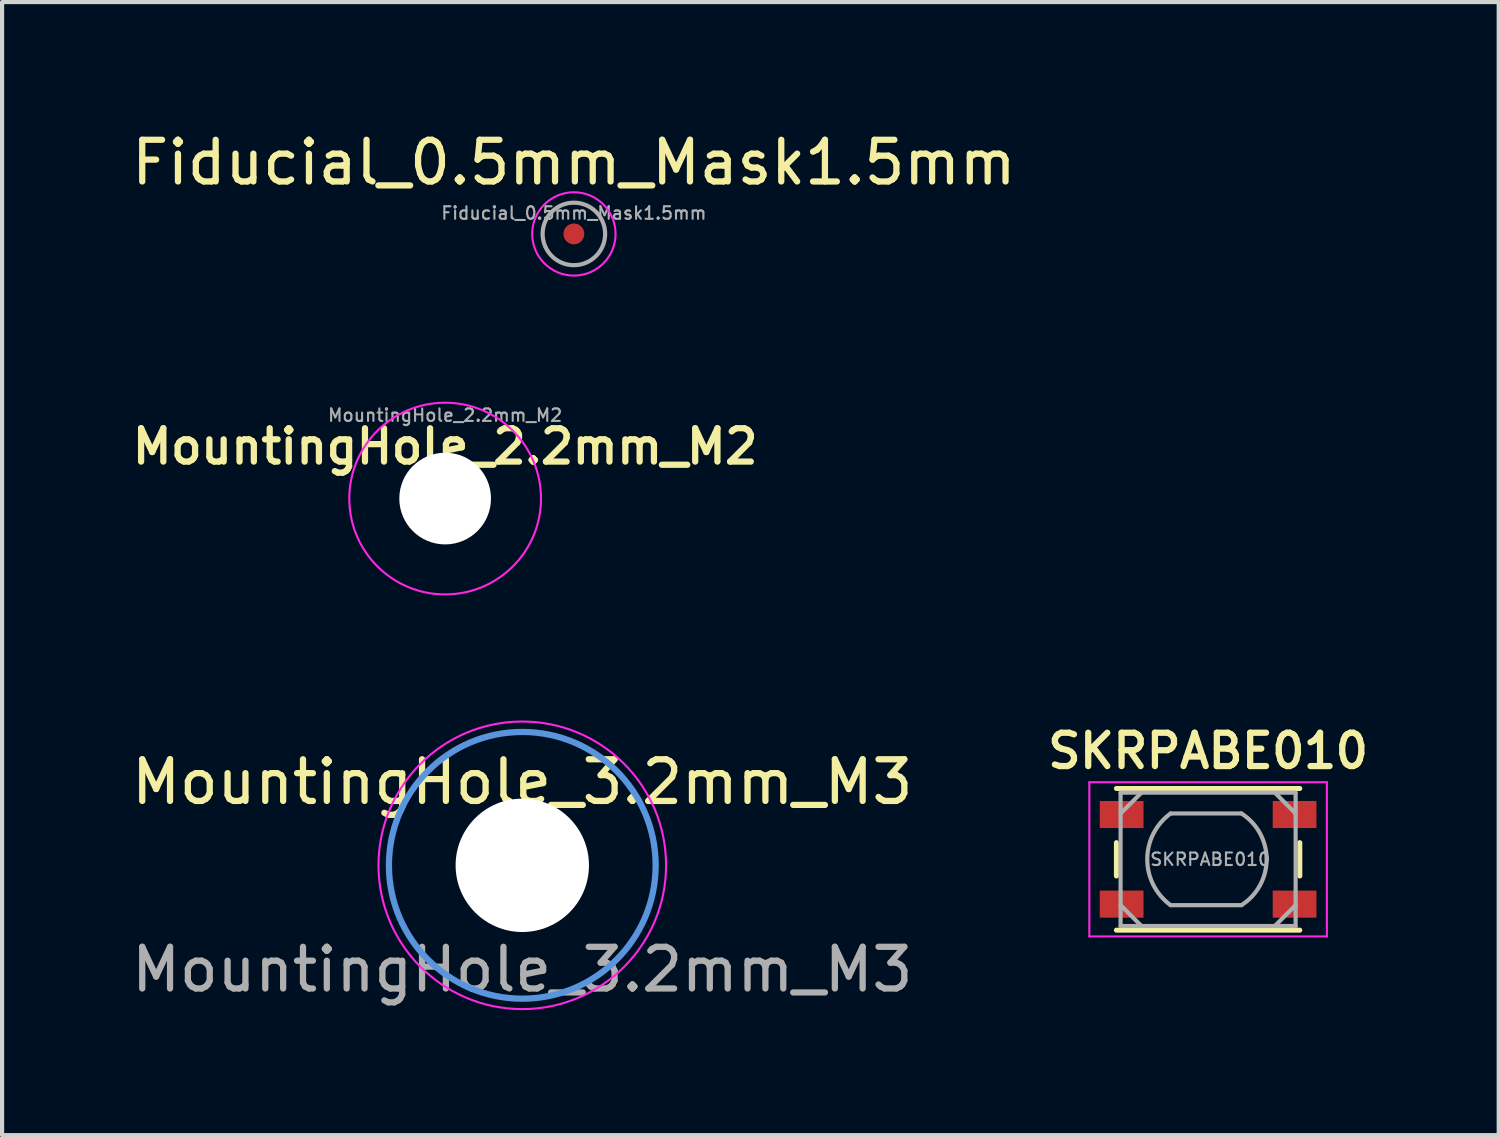
<source format=kicad_pcb>
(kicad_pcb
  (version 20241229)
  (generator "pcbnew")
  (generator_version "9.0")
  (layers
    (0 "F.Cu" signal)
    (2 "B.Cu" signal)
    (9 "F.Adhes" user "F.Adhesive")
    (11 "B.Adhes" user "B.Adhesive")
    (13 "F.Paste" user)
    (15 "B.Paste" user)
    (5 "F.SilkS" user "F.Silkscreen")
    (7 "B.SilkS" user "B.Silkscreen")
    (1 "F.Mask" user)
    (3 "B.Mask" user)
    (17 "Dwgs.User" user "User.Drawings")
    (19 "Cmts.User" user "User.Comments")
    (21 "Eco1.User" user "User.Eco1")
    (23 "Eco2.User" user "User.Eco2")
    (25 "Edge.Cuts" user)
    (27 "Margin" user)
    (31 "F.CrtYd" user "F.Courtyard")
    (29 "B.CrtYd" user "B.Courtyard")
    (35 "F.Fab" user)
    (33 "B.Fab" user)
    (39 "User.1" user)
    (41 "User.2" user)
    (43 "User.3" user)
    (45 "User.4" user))
  (footprint "MountingHole_3.2mm_M3"
    (layer "F.Cu")
    (at 9.482 17.713)
    (property "Reference" "MountingHole_3.2mm_M3" (at 0 -2 0) (layer "F.SilkS") (effects (font (size 1 1) (thickness 0.15))))
    (attr exclude_from_pos_files exclude_from_bom)
    (fp_circle (center 0 0) (end 3.2 0) (stroke (width 0.15) (type solid)) (fill no) (layer "Cmts.User"))
    (fp_circle (center 0 0) (end 3.45 0) (stroke (width 0.05) (type solid)) (fill no) (layer "F.CrtYd"))
    (fp_text user "${REFERENCE}" (at 0 2.5 0) (layer "F.Fab") (effects (font (size 1 1) (thickness 0.15))))
    (pad "" np_thru_hole circle (at 0 0) (size 3.2 3.2) (drill 3.2) (layers "*.Cu" "*.Mask")))
  (footprint "MountingHole_2.2mm_M2"
    (layer "F.Cu")
    (at 7.631 8.913)
    (property "Reference" "MountingHole_2.2mm_M2" (at 0 -1.25 0) (layer "F.SilkS") (effects (font (size 0.8 0.8) (thickness 0.15))))
    (attr exclude_from_pos_files exclude_from_bom)
    (fp_circle (center 0 0) (end 2.3 0) (stroke (width 0.05) (type solid)) (fill no) (layer "F.CrtYd"))
    (fp_text user "${REFERENCE}" (at 0 -2 0) (layer "F.Fab") (effects (font (size 0.3 0.3) (thickness 0.05) (bold yes))))
    (pad "" np_thru_hole circle (at 0 0) (size 2.2 2.2) (drill 2.2) (layers "*.Cu" "*.Mask")))
  (footprint "SKRPABE010"
    (layer "F.Cu")
    (at 25.938 17.569)
    (property "Reference" "SKRPABE010" (at 0 -2.6 0) (layer "F.SilkS") (effects (font (size 0.8 0.8) (thickness 0.15))))
    (attr smd)
    (fp_line (start -2.2 0.4) (end -2.2 -0.4) (stroke (width 0.12) (type solid)) (layer "F.SilkS"))
    (fp_line (start -2.2 1.7) (end 2.2 1.7) (stroke (width 0.12) (type solid)) (layer "F.SilkS"))
    (fp_line (start 2.2 -1.7) (end -2.2 -1.7) (stroke (width 0.12) (type solid)) (layer "F.SilkS"))
    (fp_line (start 2.2 0.4) (end 2.2 -0.4) (stroke (width 0.12) (type solid)) (layer "F.SilkS"))
    (fp_line (start -2.85 -1.85) (end 2.85 -1.85) (stroke (width 0.05) (type solid)) (layer "F.CrtYd"))
    (fp_line (start -2.85 1.85) (end -2.85 -1.85) (stroke (width 0.05) (type solid)) (layer "F.CrtYd"))
    (fp_line (start 2.85 -1.85) (end 2.85 1.85) (stroke (width 0.05) (type solid)) (layer "F.CrtYd"))
    (fp_line (start 2.85 1.85) (end -2.85 1.85) (stroke (width 0.05) (type solid)) (layer "F.CrtYd"))
    (fp_line (start -2.1 -1.6) (end 2.1 -1.6) (stroke (width 0.1) (type solid)) (layer "F.Fab"))
    (fp_line (start -2.1 -1.1) (end -1.6 -1.6) (stroke (width 0.1) (type solid)) (layer "F.Fab"))
    (fp_line (start -2.1 1.1) (end -1.6 1.6) (stroke (width 0.1) (type solid)) (layer "F.Fab"))
    (fp_line (start -2.1 1.6) (end -2.1 -1.6) (stroke (width 0.1) (type solid)) (layer "F.Fab"))
    (fp_line (start -0.9 -1.1) (end 0.8 -1.1) (stroke (width 0.1) (type solid)) (layer "F.Fab"))
    (fp_line (start 0.8 1.1) (end -0.9 1.1) (stroke (width 0.1) (type solid)) (layer "F.Fab"))
    (fp_line (start 1.6 -1.6) (end 2.1 -1.1) (stroke (width 0.1) (type solid)) (layer "F.Fab"))
    (fp_line (start 1.6 1.6) (end 2.1 1.1) (stroke (width 0.1) (type solid)) (layer "F.Fab"))
    (fp_line (start 2.1 -1.6) (end 2.1 1.6) (stroke (width 0.1) (type solid)) (layer "F.Fab"))
    (fp_line (start 2.1 1.6) (end -2.1 1.6) (stroke (width 0.1) (type solid)) (layer "F.Fab"))
    (fp_arc (start -0.9 1.099999) (mid -1.460147 0) (end -0.9 -1.099999) (stroke (width 0.1) (type solid)) (layer "F.Fab"))
    (fp_arc (start 0.8 -1.099999) (mid 1.40384 0) (end 0.799999 1.099999) (stroke (width 0.1) (type solid)) (layer "F.Fab"))
    (fp_text user "${REFERENCE}" (at 0.05 0 0) (layer "F.Fab") (effects (font (size 0.3 0.3) (thickness 0.05))))
    (pad "1" smd rect (at -2.075 -1.075) (size 1.05 0.65) (layers "F.Cu" "F.Mask" "F.Paste"))
    (pad "2" smd rect (at 2.075 -1.075) (size 1.05 0.65) (layers "F.Cu" "F.Mask" "F.Paste"))
    (pad "3" smd rect (at -2.075 1.075) (size 1.05 0.65) (layers "F.Cu" "F.Mask" "F.Paste"))
    (pad "4" smd rect (at 2.075 1.075) (size 1.05 0.65) (layers "F.Cu" "F.Mask" "F.Paste")))
  (footprint "Fiducial_0.5mm_Mask1.5mm"
    (layer "F.Cu")
    (at 10.72 2.563)
    (property "Reference" "Fiducial_0.5mm_Mask1.5mm" (at 0 -1.714 0) (layer "F.SilkS") (effects (font (size 1 1) (thickness 0.15))))
    (attr smd)
    (fp_circle (center 0 0) (end 1 0) (stroke (width 0.05) (type solid)) (fill no) (layer "F.CrtYd"))
    (fp_circle (center 0 0) (end 0.75 0) (stroke (width 0.1) (type solid)) (fill no) (layer "F.Fab"))
    (fp_text user "${REFERENCE}" (at 0 -0.5 0) (layer "F.Fab") (effects (font (size 0.3 0.3) (thickness 0.05))))
    (pad "" smd circle (at 0 0) (size 0.5 0.5) (layers "F.Cu" "F.Mask")))
  (gr_rect
    (start -3 -3)
    (end 32.911 24.188)
    (stroke (width 0.1) (type default))
    (fill no)
    (layer "Edge.Cuts")))
</source>
